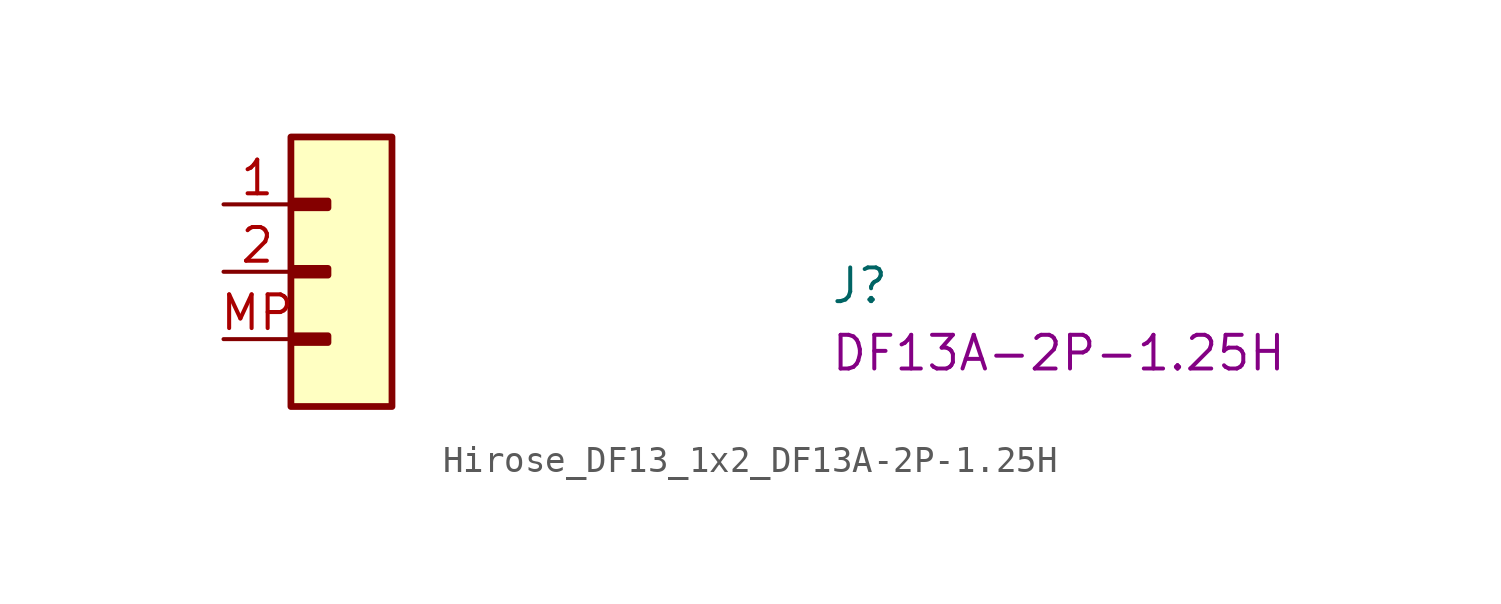
<source format=kicad_sym>
(kicad_symbol_lib
  (version 20220914)
  (generator kicad_symbol_editor)
  (symbol "Hirose_DF13_1x2_DF13A-2P-1.25H"
    (pin_names hide)
    (property "Reference" "J"
      (at 22.86 -3.81 0)
      (effects (font (size 1.27 1.27) (thickness 0.15)) (justify left bottom)))
    (property "MPN" "DF13A-2P-1.25H"
      (at 22.86 -6.35 0)
      (effects (font (size 1.27 1.27) (thickness 0.15)) (justify left bottom)))
    (symbol "Hirose_DF13_1x2_DF13A-2P-1.25H_1_1"
      (rectangle (start 2.54 2.54) (end 6.35 -7.62) (stroke (width 0.254) (type default)) (fill (type background)))
      (rectangle (start 2.667 -4.953) (end 3.937 -5.207) (stroke (width 0.254) (type default)) (fill (type background)))
      (rectangle (start 2.667 -2.413) (end 3.937 -2.667) (stroke (width 0.254) (type default)) (fill (type background)))
      (rectangle (start 2.667 0.127) (end 3.937 -0.127) (stroke (width 0.254) (type default)) (fill (type background)))
      (pin passive line (at 0 0 0) (length 2.54) (name "1" (effects (font (size 1.27 1.27)))) (number "1" (effects (font (size 1.27 1.27)))))
      (pin passive line (at 0 -2.54 0) (length 2.54) (name "2" (effects (font (size 1.27 1.27)))) (number "2" (effects (font (size 1.27 1.27)))))
      (pin passive line (at 0 -5.08 0) (length 2.54) (name "MP" (effects (font (size 1.27 1.27)))) (number "MP" (effects (font (size 1.27 1.27))))))))
</source>
